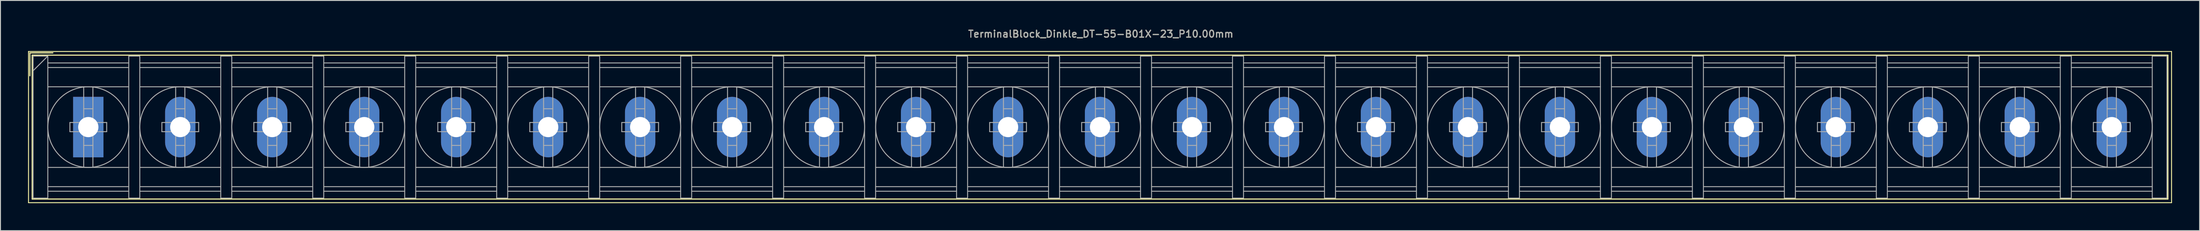
<source format=kicad_pcb>
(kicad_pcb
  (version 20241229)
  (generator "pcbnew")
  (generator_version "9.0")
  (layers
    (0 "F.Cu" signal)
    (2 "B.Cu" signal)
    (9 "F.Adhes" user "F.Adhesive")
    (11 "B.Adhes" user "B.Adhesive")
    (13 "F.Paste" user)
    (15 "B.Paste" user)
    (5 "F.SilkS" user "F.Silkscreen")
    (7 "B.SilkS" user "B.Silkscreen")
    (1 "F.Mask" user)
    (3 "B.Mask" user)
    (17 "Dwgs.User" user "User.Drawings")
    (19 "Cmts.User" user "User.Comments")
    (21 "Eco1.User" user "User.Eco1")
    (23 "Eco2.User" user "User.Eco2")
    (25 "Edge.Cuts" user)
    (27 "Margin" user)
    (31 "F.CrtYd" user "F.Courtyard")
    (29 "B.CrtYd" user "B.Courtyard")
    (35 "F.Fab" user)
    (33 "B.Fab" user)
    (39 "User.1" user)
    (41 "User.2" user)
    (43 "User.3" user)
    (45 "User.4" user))
  (footprint "TerminalBlock_Dinkle_DT-55-B01X-23_P10.00mm"
    (layer "F.Cu")
    (at 6.55 10.818)
    (property "Reference" "TerminalBlock_Dinkle_DT-55-B01X-23_P10.00mm" (at 110.08 -10.16 0) (layer "F.SilkS") (effects (font (size 0.75 0.75) (thickness 0.125))))
    (attr through_hole)
    (fp_line (start -6.5 -8.25) (end 226.5 -8.25) (stroke (width 0.1) (type solid)) (layer "F.SilkS"))
    (fp_line (start -6.5 8.25) (end -6.5 -8.25) (stroke (width 0.1) (type solid)) (layer "F.SilkS"))
    (fp_line (start -6.5 8.25) (end 226.5 8.25) (stroke (width 0.1) (type solid)) (layer "F.SilkS"))
    (fp_line (start -6.35 -8.1) (end -3.85 -8.1) (stroke (width 0.12) (type solid)) (layer "F.SilkS"))
    (fp_line (start -6.35 -5.6) (end -6.35 -8.1) (stroke (width 0.12) (type solid)) (layer "F.SilkS"))
    (fp_line (start -6.1 -7.85) (end 226.1 -7.85) (stroke (width 0.12) (type solid)) (layer "F.SilkS"))
    (fp_line (start -6.1 7.85) (end -6.1 -7.85) (stroke (width 0.12) (type solid)) (layer "F.SilkS"))
    (fp_line (start -6.1 7.85) (end 226.1 7.85) (stroke (width 0.12) (type solid)) (layer "F.SilkS"))
    (fp_line (start 226.1 -7.85) (end 226.1 7.85) (stroke (width 0.12) (type solid)) (layer "F.SilkS"))
    (fp_line (start 226.5 -8.25) (end 226.5 8.25) (stroke (width 0.1) (type solid)) (layer "F.SilkS"))
    (fp_line (start -6 -7.75) (end -6 7.75) (stroke (width 0.1) (type solid)) (layer "F.Fab"))
    (fp_line (start -6 -7.75) (end -4.4 -7.75) (stroke (width 0.1) (type solid)) (layer "F.Fab"))
    (fp_line (start -6 7.75) (end -4.4 7.75) (stroke (width 0.1) (type solid)) (layer "F.Fab"))
    (fp_line (start -4.4 -7.75) (end -6 -6.15) (stroke (width 0.1) (type solid)) (layer "F.Fab"))
    (fp_line (start -4.4 -7.75) (end -4.4 7.75) (stroke (width 0.1) (type solid)) (layer "F.Fab"))
    (fp_line (start -4.4 -7) (end 4.4 -7) (stroke (width 0.1) (type solid)) (layer "F.Fab"))
    (fp_line (start -4.4 -6.5) (end 4.4 -6.5) (stroke (width 0.1) (type solid)) (layer "F.Fab"))
    (fp_line (start -4.4 -4.4) (end 4.4 -4.4) (stroke (width 0.1) (type solid)) (layer "F.Fab"))
    (fp_line (start -4.4 4.4) (end 4.4 4.4) (stroke (width 0.1) (type solid)) (layer "F.Fab"))
    (fp_line (start -4.4 6.5) (end 4.4 6.5) (stroke (width 0.1) (type solid)) (layer "F.Fab"))
    (fp_line (start -4.4 7) (end 4.4 7) (stroke (width 0.1) (type solid)) (layer "F.Fab"))
    (fp_line (start -2 -0.5) (end -2 0.5) (stroke (width 0.1) (type solid)) (layer "F.Fab"))
    (fp_line (start -2 0.5) (end -0.5 0.5) (stroke (width 0.1) (type solid)) (layer "F.Fab"))
    (fp_line (start -0.5 -4.35) (end -0.5 -0.5) (stroke (width 0.1) (type solid)) (layer "F.Fab"))
    (fp_line (start -0.5 -2) (end 0.5 -2) (stroke (width 0.1) (type solid)) (layer "F.Fab"))
    (fp_line (start -0.5 -0.5) (end -2 -0.5) (stroke (width 0.1) (type solid)) (layer "F.Fab"))
    (fp_line (start -0.5 0.5) (end -0.5 4.35) (stroke (width 0.1) (type solid)) (layer "F.Fab"))
    (fp_line (start -0.5 2) (end 0.5 2) (stroke (width 0.1) (type solid)) (layer "F.Fab"))
    (fp_line (start 0.5 -4.35) (end 0.5 -0.5) (stroke (width 0.1) (type solid)) (layer "F.Fab"))
    (fp_line (start 0.5 -0.5) (end 2 -0.5) (stroke (width 0.1) (type solid)) (layer "F.Fab"))
    (fp_line (start 0.5 0.5) (end 0.5 4.35) (stroke (width 0.1) (type solid)) (layer "F.Fab"))
    (fp_line (start 2 -0.5) (end 2 0.5) (stroke (width 0.1) (type solid)) (layer "F.Fab"))
    (fp_line (start 2 0.5) (end 0.5 0.5) (stroke (width 0.1) (type solid)) (layer "F.Fab"))
    (fp_line (start 4.4 -7.75) (end 4.4 7.75) (stroke (width 0.1) (type solid)) (layer "F.Fab"))
    (fp_line (start 4.4 -7.75) (end 5.6 -7.75) (stroke (width 0.1) (type solid)) (layer "F.Fab"))
    (fp_line (start 4.4 7.75) (end 5.6 7.75) (stroke (width 0.1) (type solid)) (layer "F.Fab"))
    (fp_line (start 5.6 -7.75) (end 5.6 7.75) (stroke (width 0.1) (type solid)) (layer "F.Fab"))
    (fp_line (start 5.6 -7) (end 14.4 -7) (stroke (width 0.1) (type solid)) (layer "F.Fab"))
    (fp_line (start 5.6 -6.5) (end 14.4 -6.5) (stroke (width 0.1) (type solid)) (layer "F.Fab"))
    (fp_line (start 5.6 -4.4) (end 14.4 -4.4) (stroke (width 0.1) (type solid)) (layer "F.Fab"))
    (fp_line (start 5.6 4.4) (end 14.4 4.4) (stroke (width 0.1) (type solid)) (layer "F.Fab"))
    (fp_line (start 5.6 6.5) (end 14.4 6.5) (stroke (width 0.1) (type solid)) (layer "F.Fab"))
    (fp_line (start 5.6 7) (end 14.4 7) (stroke (width 0.1) (type solid)) (layer "F.Fab"))
    (fp_line (start 8 -0.5) (end 8 0.5) (stroke (width 0.1) (type solid)) (layer "F.Fab"))
    (fp_line (start 8 0.5) (end 9.5 0.5) (stroke (width 0.1) (type solid)) (layer "F.Fab"))
    (fp_line (start 9.5 -4.35) (end 9.5 -0.5) (stroke (width 0.1) (type solid)) (layer "F.Fab"))
    (fp_line (start 9.5 -2) (end 10.5 -2) (stroke (width 0.1) (type solid)) (layer "F.Fab"))
    (fp_line (start 9.5 -0.5) (end 8 -0.5) (stroke (width 0.1) (type solid)) (layer "F.Fab"))
    (fp_line (start 9.5 0.5) (end 9.5 4.35) (stroke (width 0.1) (type solid)) (layer "F.Fab"))
    (fp_line (start 9.5 2) (end 10.5 2) (stroke (width 0.1) (type solid)) (layer "F.Fab"))
    (fp_line (start 10.5 -4.35) (end 10.5 -0.5) (stroke (width 0.1) (type solid)) (layer "F.Fab"))
    (fp_line (start 10.5 -0.5) (end 12 -0.5) (stroke (width 0.1) (type solid)) (layer "F.Fab"))
    (fp_line (start 10.5 0.5) (end 10.5 4.35) (stroke (width 0.1) (type solid)) (layer "F.Fab"))
    (fp_line (start 12 -0.5) (end 12 0.5) (stroke (width 0.1) (type solid)) (layer "F.Fab"))
    (fp_line (start 12 0.5) (end 10.5 0.5) (stroke (width 0.1) (type solid)) (layer "F.Fab"))
    (fp_line (start 14.4 -7.75) (end 14.4 7.75) (stroke (width 0.1) (type solid)) (layer "F.Fab"))
    (fp_line (start 14.4 -7.75) (end 15.6 -7.75) (stroke (width 0.1) (type solid)) (layer "F.Fab"))
    (fp_line (start 14.4 7.75) (end 15.6 7.75) (stroke (width 0.1) (type solid)) (layer "F.Fab"))
    (fp_line (start 15.6 -7.75) (end 15.6 7.75) (stroke (width 0.1) (type solid)) (layer "F.Fab"))
    (fp_line (start 15.6 -7) (end 24.4 -7) (stroke (width 0.1) (type solid)) (layer "F.Fab"))
    (fp_line (start 15.6 -6.5) (end 24.4 -6.5) (stroke (width 0.1) (type solid)) (layer "F.Fab"))
    (fp_line (start 15.6 -4.4) (end 24.4 -4.4) (stroke (width 0.1) (type solid)) (layer "F.Fab"))
    (fp_line (start 15.6 4.4) (end 24.4 4.4) (stroke (width 0.1) (type solid)) (layer "F.Fab"))
    (fp_line (start 15.6 6.5) (end 24.4 6.5) (stroke (width 0.1) (type solid)) (layer "F.Fab"))
    (fp_line (start 15.6 7) (end 24.4 7) (stroke (width 0.1) (type solid)) (layer "F.Fab"))
    (fp_line (start 18 -0.5) (end 18 0.5) (stroke (width 0.1) (type solid)) (layer "F.Fab"))
    (fp_line (start 18 0.5) (end 19.5 0.5) (stroke (width 0.1) (type solid)) (layer "F.Fab"))
    (fp_line (start 19.5 -4.35) (end 19.5 -0.5) (stroke (width 0.1) (type solid)) (layer "F.Fab"))
    (fp_line (start 19.5 -2) (end 20.5 -2) (stroke (width 0.1) (type solid)) (layer "F.Fab"))
    (fp_line (start 19.5 -0.5) (end 18 -0.5) (stroke (width 0.1) (type solid)) (layer "F.Fab"))
    (fp_line (start 19.5 0.5) (end 19.5 4.35) (stroke (width 0.1) (type solid)) (layer "F.Fab"))
    (fp_line (start 19.5 2) (end 20.5 2) (stroke (width 0.1) (type solid)) (layer "F.Fab"))
    (fp_line (start 20.5 -4.35) (end 20.5 -0.5) (stroke (width 0.1) (type solid)) (layer "F.Fab"))
    (fp_line (start 20.5 -0.5) (end 22 -0.5) (stroke (width 0.1) (type solid)) (layer "F.Fab"))
    (fp_line (start 20.5 0.5) (end 20.5 4.35) (stroke (width 0.1) (type solid)) (layer "F.Fab"))
    (fp_line (start 22 -0.5) (end 22 0.5) (stroke (width 0.1) (type solid)) (layer "F.Fab"))
    (fp_line (start 22 0.5) (end 20.5 0.5) (stroke (width 0.1) (type solid)) (layer "F.Fab"))
    (fp_line (start 24.4 -7.75) (end 24.4 7.75) (stroke (width 0.1) (type solid)) (layer "F.Fab"))
    (fp_line (start 24.4 -7.75) (end 25.6 -7.75) (stroke (width 0.1) (type solid)) (layer "F.Fab"))
    (fp_line (start 24.4 7.75) (end 25.6 7.75) (stroke (width 0.1) (type solid)) (layer "F.Fab"))
    (fp_line (start 25.6 -7.75) (end 25.6 7.75) (stroke (width 0.1) (type solid)) (layer "F.Fab"))
    (fp_line (start 25.6 -7) (end 34.4 -7) (stroke (width 0.1) (type solid)) (layer "F.Fab"))
    (fp_line (start 25.6 -6.5) (end 34.4 -6.5) (stroke (width 0.1) (type solid)) (layer "F.Fab"))
    (fp_line (start 25.6 -4.4) (end 34.4 -4.4) (stroke (width 0.1) (type solid)) (layer "F.Fab"))
    (fp_line (start 25.6 4.4) (end 34.4 4.4) (stroke (width 0.1) (type solid)) (layer "F.Fab"))
    (fp_line (start 25.6 6.5) (end 34.4 6.5) (stroke (width 0.1) (type solid)) (layer "F.Fab"))
    (fp_line (start 25.6 7) (end 34.4 7) (stroke (width 0.1) (type solid)) (layer "F.Fab"))
    (fp_line (start 28 -0.5) (end 28 0.5) (stroke (width 0.1) (type solid)) (layer "F.Fab"))
    (fp_line (start 28 0.5) (end 29.5 0.5) (stroke (width 0.1) (type solid)) (layer "F.Fab"))
    (fp_line (start 29.5 -4.35) (end 29.5 -0.5) (stroke (width 0.1) (type solid)) (layer "F.Fab"))
    (fp_line (start 29.5 -2) (end 30.5 -2) (stroke (width 0.1) (type solid)) (layer "F.Fab"))
    (fp_line (start 29.5 -0.5) (end 28 -0.5) (stroke (width 0.1) (type solid)) (layer "F.Fab"))
    (fp_line (start 29.5 0.5) (end 29.5 4.35) (stroke (width 0.1) (type solid)) (layer "F.Fab"))
    (fp_line (start 29.5 2) (end 30.5 2) (stroke (width 0.1) (type solid)) (layer "F.Fab"))
    (fp_line (start 30.5 -4.35) (end 30.5 -0.5) (stroke (width 0.1) (type solid)) (layer "F.Fab"))
    (fp_line (start 30.5 -0.5) (end 32 -0.5) (stroke (width 0.1) (type solid)) (layer "F.Fab"))
    (fp_line (start 30.5 0.5) (end 30.5 4.35) (stroke (width 0.1) (type solid)) (layer "F.Fab"))
    (fp_line (start 32 -0.5) (end 32 0.5) (stroke (width 0.1) (type solid)) (layer "F.Fab"))
    (fp_line (start 32 0.5) (end 30.5 0.5) (stroke (width 0.1) (type solid)) (layer "F.Fab"))
    (fp_line (start 34.4 -7.75) (end 34.4 7.75) (stroke (width 0.1) (type solid)) (layer "F.Fab"))
    (fp_line (start 34.4 -7.75) (end 35.6 -7.75) (stroke (width 0.1) (type solid)) (layer "F.Fab"))
    (fp_line (start 34.4 7.75) (end 35.6 7.75) (stroke (width 0.1) (type solid)) (layer "F.Fab"))
    (fp_line (start 35.6 -7.75) (end 35.6 7.75) (stroke (width 0.1) (type solid)) (layer "F.Fab"))
    (fp_line (start 35.6 -7) (end 44.4 -7) (stroke (width 0.1) (type solid)) (layer "F.Fab"))
    (fp_line (start 35.6 -6.5) (end 44.4 -6.5) (stroke (width 0.1) (type solid)) (layer "F.Fab"))
    (fp_line (start 35.6 -4.4) (end 44.4 -4.4) (stroke (width 0.1) (type solid)) (layer "F.Fab"))
    (fp_line (start 35.6 4.4) (end 44.4 4.4) (stroke (width 0.1) (type solid)) (layer "F.Fab"))
    (fp_line (start 35.6 6.5) (end 44.4 6.5) (stroke (width 0.1) (type solid)) (layer "F.Fab"))
    (fp_line (start 35.6 7) (end 44.4 7) (stroke (width 0.1) (type solid)) (layer "F.Fab"))
    (fp_line (start 38 -0.5) (end 38 0.5) (stroke (width 0.1) (type solid)) (layer "F.Fab"))
    (fp_line (start 38 0.5) (end 39.5 0.5) (stroke (width 0.1) (type solid)) (layer "F.Fab"))
    (fp_line (start 39.5 -4.35) (end 39.5 -0.5) (stroke (width 0.1) (type solid)) (layer "F.Fab"))
    (fp_line (start 39.5 -2) (end 40.5 -2) (stroke (width 0.1) (type solid)) (layer "F.Fab"))
    (fp_line (start 39.5 -0.5) (end 38 -0.5) (stroke (width 0.1) (type solid)) (layer "F.Fab"))
    (fp_line (start 39.5 0.5) (end 39.5 4.35) (stroke (width 0.1) (type solid)) (layer "F.Fab"))
    (fp_line (start 39.5 2) (end 40.5 2) (stroke (width 0.1) (type solid)) (layer "F.Fab"))
    (fp_line (start 40.5 -4.35) (end 40.5 -0.5) (stroke (width 0.1) (type solid)) (layer "F.Fab"))
    (fp_line (start 40.5 -0.5) (end 42 -0.5) (stroke (width 0.1) (type solid)) (layer "F.Fab"))
    (fp_line (start 40.5 0.5) (end 40.5 4.35) (stroke (width 0.1) (type solid)) (layer "F.Fab"))
    (fp_line (start 42 -0.5) (end 42 0.5) (stroke (width 0.1) (type solid)) (layer "F.Fab"))
    (fp_line (start 42 0.5) (end 40.5 0.5) (stroke (width 0.1) (type solid)) (layer "F.Fab"))
    (fp_line (start 44.4 -7.75) (end 44.4 7.75) (stroke (width 0.1) (type solid)) (layer "F.Fab"))
    (fp_line (start 44.4 -7.75) (end 45.6 -7.75) (stroke (width 0.1) (type solid)) (layer "F.Fab"))
    (fp_line (start 44.4 7.75) (end 45.6 7.75) (stroke (width 0.1) (type solid)) (layer "F.Fab"))
    (fp_line (start 45.6 -7.75) (end 45.6 7.75) (stroke (width 0.1) (type solid)) (layer "F.Fab"))
    (fp_line (start 45.6 -7) (end 54.4 -7) (stroke (width 0.1) (type solid)) (layer "F.Fab"))
    (fp_line (start 45.6 -6.5) (end 54.4 -6.5) (stroke (width 0.1) (type solid)) (layer "F.Fab"))
    (fp_line (start 45.6 -4.4) (end 54.4 -4.4) (stroke (width 0.1) (type solid)) (layer "F.Fab"))
    (fp_line (start 45.6 4.4) (end 54.4 4.4) (stroke (width 0.1) (type solid)) (layer "F.Fab"))
    (fp_line (start 45.6 6.5) (end 54.4 6.5) (stroke (width 0.1) (type solid)) (layer "F.Fab"))
    (fp_line (start 45.6 7) (end 54.4 7) (stroke (width 0.1) (type solid)) (layer "F.Fab"))
    (fp_line (start 48 -0.5) (end 48 0.5) (stroke (width 0.1) (type solid)) (layer "F.Fab"))
    (fp_line (start 48 0.5) (end 49.5 0.5) (stroke (width 0.1) (type solid)) (layer "F.Fab"))
    (fp_line (start 49.5 -4.35) (end 49.5 -0.5) (stroke (width 0.1) (type solid)) (layer "F.Fab"))
    (fp_line (start 49.5 -2) (end 50.5 -2) (stroke (width 0.1) (type solid)) (layer "F.Fab"))
    (fp_line (start 49.5 -0.5) (end 48 -0.5) (stroke (width 0.1) (type solid)) (layer "F.Fab"))
    (fp_line (start 49.5 0.5) (end 49.5 4.35) (stroke (width 0.1) (type solid)) (layer "F.Fab"))
    (fp_line (start 49.5 2) (end 50.5 2) (stroke (width 0.1) (type solid)) (layer "F.Fab"))
    (fp_line (start 50.5 -4.35) (end 50.5 -0.5) (stroke (width 0.1) (type solid)) (layer "F.Fab"))
    (fp_line (start 50.5 -0.5) (end 52 -0.5) (stroke (width 0.1) (type solid)) (layer "F.Fab"))
    (fp_line (start 50.5 0.5) (end 50.5 4.35) (stroke (width 0.1) (type solid)) (layer "F.Fab"))
    (fp_line (start 52 -0.5) (end 52 0.5) (stroke (width 0.1) (type solid)) (layer "F.Fab"))
    (fp_line (start 52 0.5) (end 50.5 0.5) (stroke (width 0.1) (type solid)) (layer "F.Fab"))
    (fp_line (start 54.4 -7.75) (end 54.4 7.75) (stroke (width 0.1) (type solid)) (layer "F.Fab"))
    (fp_line (start 54.4 -7.75) (end 55.6 -7.75) (stroke (width 0.1) (type solid)) (layer "F.Fab"))
    (fp_line (start 54.4 7.75) (end 55.6 7.75) (stroke (width 0.1) (type solid)) (layer "F.Fab"))
    (fp_line (start 55.6 -7.75) (end 55.6 7.75) (stroke (width 0.1) (type solid)) (layer "F.Fab"))
    (fp_line (start 55.6 -7) (end 64.4 -7) (stroke (width 0.1) (type solid)) (layer "F.Fab"))
    (fp_line (start 55.6 -6.5) (end 64.4 -6.5) (stroke (width 0.1) (type solid)) (layer "F.Fab"))
    (fp_line (start 55.6 -4.4) (end 64.4 -4.4) (stroke (width 0.1) (type solid)) (layer "F.Fab"))
    (fp_line (start 55.6 4.4) (end 64.4 4.4) (stroke (width 0.1) (type solid)) (layer "F.Fab"))
    (fp_line (start 55.6 6.5) (end 64.4 6.5) (stroke (width 0.1) (type solid)) (layer "F.Fab"))
    (fp_line (start 55.6 7) (end 64.4 7) (stroke (width 0.1) (type solid)) (layer "F.Fab"))
    (fp_line (start 58 -0.5) (end 58 0.5) (stroke (width 0.1) (type solid)) (layer "F.Fab"))
    (fp_line (start 58 0.5) (end 59.5 0.5) (stroke (width 0.1) (type solid)) (layer "F.Fab"))
    (fp_line (start 59.5 -4.35) (end 59.5 -0.5) (stroke (width 0.1) (type solid)) (layer "F.Fab"))
    (fp_line (start 59.5 -2) (end 60.5 -2) (stroke (width 0.1) (type solid)) (layer "F.Fab"))
    (fp_line (start 59.5 -0.5) (end 58 -0.5) (stroke (width 0.1) (type solid)) (layer "F.Fab"))
    (fp_line (start 59.5 0.5) (end 59.5 4.35) (stroke (width 0.1) (type solid)) (layer "F.Fab"))
    (fp_line (start 59.5 2) (end 60.5 2) (stroke (width 0.1) (type solid)) (layer "F.Fab"))
    (fp_line (start 60.5 -4.35) (end 60.5 -0.5) (stroke (width 0.1) (type solid)) (layer "F.Fab"))
    (fp_line (start 60.5 -0.5) (end 62 -0.5) (stroke (width 0.1) (type solid)) (layer "F.Fab"))
    (fp_line (start 60.5 0.5) (end 60.5 4.35) (stroke (width 0.1) (type solid)) (layer "F.Fab"))
    (fp_line (start 62 -0.5) (end 62 0.5) (stroke (width 0.1) (type solid)) (layer "F.Fab"))
    (fp_line (start 62 0.5) (end 60.5 0.5) (stroke (width 0.1) (type solid)) (layer "F.Fab"))
    (fp_line (start 64.4 -7.75) (end 64.4 7.75) (stroke (width 0.1) (type solid)) (layer "F.Fab"))
    (fp_line (start 64.4 -7.75) (end 65.6 -7.75) (stroke (width 0.1) (type solid)) (layer "F.Fab"))
    (fp_line (start 64.4 7.75) (end 65.6 7.75) (stroke (width 0.1) (type solid)) (layer "F.Fab"))
    (fp_line (start 65.6 -7.75) (end 65.6 7.75) (stroke (width 0.1) (type solid)) (layer "F.Fab"))
    (fp_line (start 65.6 -7) (end 74.4 -7) (stroke (width 0.1) (type solid)) (layer "F.Fab"))
    (fp_line (start 65.6 -6.5) (end 74.4 -6.5) (stroke (width 0.1) (type solid)) (layer "F.Fab"))
    (fp_line (start 65.6 -4.4) (end 74.4 -4.4) (stroke (width 0.1) (type solid)) (layer "F.Fab"))
    (fp_line (start 65.6 4.4) (end 74.4 4.4) (stroke (width 0.1) (type solid)) (layer "F.Fab"))
    (fp_line (start 65.6 6.5) (end 74.4 6.5) (stroke (width 0.1) (type solid)) (layer "F.Fab"))
    (fp_line (start 65.6 7) (end 74.4 7) (stroke (width 0.1) (type solid)) (layer "F.Fab"))
    (fp_line (start 68 -0.5) (end 68 0.5) (stroke (width 0.1) (type solid)) (layer "F.Fab"))
    (fp_line (start 68 0.5) (end 69.5 0.5) (stroke (width 0.1) (type solid)) (layer "F.Fab"))
    (fp_line (start 69.5 -4.35) (end 69.5 -0.5) (stroke (width 0.1) (type solid)) (layer "F.Fab"))
    (fp_line (start 69.5 -2) (end 70.5 -2) (stroke (width 0.1) (type solid)) (layer "F.Fab"))
    (fp_line (start 69.5 -0.5) (end 68 -0.5) (stroke (width 0.1) (type solid)) (layer "F.Fab"))
    (fp_line (start 69.5 0.5) (end 69.5 4.35) (stroke (width 0.1) (type solid)) (layer "F.Fab"))
    (fp_line (start 69.5 2) (end 70.5 2) (stroke (width 0.1) (type solid)) (layer "F.Fab"))
    (fp_line (start 70.5 -4.35) (end 70.5 -0.5) (stroke (width 0.1) (type solid)) (layer "F.Fab"))
    (fp_line (start 70.5 -0.5) (end 72 -0.5) (stroke (width 0.1) (type solid)) (layer "F.Fab"))
    (fp_line (start 70.5 0.5) (end 70.5 4.35) (stroke (width 0.1) (type solid)) (layer "F.Fab"))
    (fp_line (start 72 -0.5) (end 72 0.5) (stroke (width 0.1) (type solid)) (layer "F.Fab"))
    (fp_line (start 72 0.5) (end 70.5 0.5) (stroke (width 0.1) (type solid)) (layer "F.Fab"))
    (fp_line (start 74.4 -7.75) (end 74.4 7.75) (stroke (width 0.1) (type solid)) (layer "F.Fab"))
    (fp_line (start 74.4 -7.75) (end 75.6 -7.75) (stroke (width 0.1) (type solid)) (layer "F.Fab"))
    (fp_line (start 74.4 7.75) (end 75.6 7.75) (stroke (width 0.1) (type solid)) (layer "F.Fab"))
    (fp_line (start 75.6 -7.75) (end 75.6 7.75) (stroke (width 0.1) (type solid)) (layer "F.Fab"))
    (fp_line (start 75.6 -7) (end 84.4 -7) (stroke (width 0.1) (type solid)) (layer "F.Fab"))
    (fp_line (start 75.6 -6.5) (end 84.4 -6.5) (stroke (width 0.1) (type solid)) (layer "F.Fab"))
    (fp_line (start 75.6 -4.4) (end 84.4 -4.4) (stroke (width 0.1) (type solid)) (layer "F.Fab"))
    (fp_line (start 75.6 4.4) (end 84.4 4.4) (stroke (width 0.1) (type solid)) (layer "F.Fab"))
    (fp_line (start 75.6 6.5) (end 84.4 6.5) (stroke (width 0.1) (type solid)) (layer "F.Fab"))
    (fp_line (start 75.6 7) (end 84.4 7) (stroke (width 0.1) (type solid)) (layer "F.Fab"))
    (fp_line (start 78 -0.5) (end 78 0.5) (stroke (width 0.1) (type solid)) (layer "F.Fab"))
    (fp_line (start 78 0.5) (end 79.5 0.5) (stroke (width 0.1) (type solid)) (layer "F.Fab"))
    (fp_line (start 79.5 -4.35) (end 79.5 -0.5) (stroke (width 0.1) (type solid)) (layer "F.Fab"))
    (fp_line (start 79.5 -2) (end 80.5 -2) (stroke (width 0.1) (type solid)) (layer "F.Fab"))
    (fp_line (start 79.5 -0.5) (end 78 -0.5) (stroke (width 0.1) (type solid)) (layer "F.Fab"))
    (fp_line (start 79.5 0.5) (end 79.5 4.35) (stroke (width 0.1) (type solid)) (layer "F.Fab"))
    (fp_line (start 79.5 2) (end 80.5 2) (stroke (width 0.1) (type solid)) (layer "F.Fab"))
    (fp_line (start 80.5 -4.35) (end 80.5 -0.5) (stroke (width 0.1) (type solid)) (layer "F.Fab"))
    (fp_line (start 80.5 -0.5) (end 82 -0.5) (stroke (width 0.1) (type solid)) (layer "F.Fab"))
    (fp_line (start 80.5 0.5) (end 80.5 4.35) (stroke (width 0.1) (type solid)) (layer "F.Fab"))
    (fp_line (start 82 -0.5) (end 82 0.5) (stroke (width 0.1) (type solid)) (layer "F.Fab"))
    (fp_line (start 82 0.5) (end 80.5 0.5) (stroke (width 0.1) (type solid)) (layer "F.Fab"))
    (fp_line (start 84.4 -7.75) (end 84.4 7.75) (stroke (width 0.1) (type solid)) (layer "F.Fab"))
    (fp_line (start 84.4 -7.75) (end 85.6 -7.75) (stroke (width 0.1) (type solid)) (layer "F.Fab"))
    (fp_line (start 84.4 7.75) (end 85.6 7.75) (stroke (width 0.1) (type solid)) (layer "F.Fab"))
    (fp_line (start 85.6 -7.75) (end 85.6 7.75) (stroke (width 0.1) (type solid)) (layer "F.Fab"))
    (fp_line (start 85.6 -7) (end 94.4 -7) (stroke (width 0.1) (type solid)) (layer "F.Fab"))
    (fp_line (start 85.6 -6.5) (end 94.4 -6.5) (stroke (width 0.1) (type solid)) (layer "F.Fab"))
    (fp_line (start 85.6 -4.4) (end 94.4 -4.4) (stroke (width 0.1) (type solid)) (layer "F.Fab"))
    (fp_line (start 85.6 4.4) (end 94.4 4.4) (stroke (width 0.1) (type solid)) (layer "F.Fab"))
    (fp_line (start 85.6 6.5) (end 94.4 6.5) (stroke (width 0.1) (type solid)) (layer "F.Fab"))
    (fp_line (start 85.6 7) (end 94.4 7) (stroke (width 0.1) (type solid)) (layer "F.Fab"))
    (fp_line (start 88 -0.5) (end 88 0.5) (stroke (width 0.1) (type solid)) (layer "F.Fab"))
    (fp_line (start 88 0.5) (end 89.5 0.5) (stroke (width 0.1) (type solid)) (layer "F.Fab"))
    (fp_line (start 89.5 -4.35) (end 89.5 -0.5) (stroke (width 0.1) (type solid)) (layer "F.Fab"))
    (fp_line (start 89.5 -2) (end 90.5 -2) (stroke (width 0.1) (type solid)) (layer "F.Fab"))
    (fp_line (start 89.5 -0.5) (end 88 -0.5) (stroke (width 0.1) (type solid)) (layer "F.Fab"))
    (fp_line (start 89.5 0.5) (end 89.5 4.35) (stroke (width 0.1) (type solid)) (layer "F.Fab"))
    (fp_line (start 89.5 2) (end 90.5 2) (stroke (width 0.1) (type solid)) (layer "F.Fab"))
    (fp_line (start 90.5 -4.35) (end 90.5 -0.5) (stroke (width 0.1) (type solid)) (layer "F.Fab"))
    (fp_line (start 90.5 -0.5) (end 92 -0.5) (stroke (width 0.1) (type solid)) (layer "F.Fab"))
    (fp_line (start 90.5 0.5) (end 90.5 4.35) (stroke (width 0.1) (type solid)) (layer "F.Fab"))
    (fp_line (start 92 -0.5) (end 92 0.5) (stroke (width 0.1) (type solid)) (layer "F.Fab"))
    (fp_line (start 92 0.5) (end 90.5 0.5) (stroke (width 0.1) (type solid)) (layer "F.Fab"))
    (fp_line (start 94.4 -7.75) (end 94.4 7.75) (stroke (width 0.1) (type solid)) (layer "F.Fab"))
    (fp_line (start 94.4 -7.75) (end 95.6 -7.75) (stroke (width 0.1) (type solid)) (layer "F.Fab"))
    (fp_line (start 94.4 7.75) (end 95.6 7.75) (stroke (width 0.1) (type solid)) (layer "F.Fab"))
    (fp_line (start 95.6 -7.75) (end 95.6 7.75) (stroke (width 0.1) (type solid)) (layer "F.Fab"))
    (fp_line (start 95.6 -7) (end 104.4 -7) (stroke (width 0.1) (type solid)) (layer "F.Fab"))
    (fp_line (start 95.6 -6.5) (end 104.4 -6.5) (stroke (width 0.1) (type solid)) (layer "F.Fab"))
    (fp_line (start 95.6 -4.4) (end 104.4 -4.4) (stroke (width 0.1) (type solid)) (layer "F.Fab"))
    (fp_line (start 95.6 4.4) (end 104.4 4.4) (stroke (width 0.1) (type solid)) (layer "F.Fab"))
    (fp_line (start 95.6 6.5) (end 104.4 6.5) (stroke (width 0.1) (type solid)) (layer "F.Fab"))
    (fp_line (start 95.6 7) (end 104.4 7) (stroke (width 0.1) (type solid)) (layer "F.Fab"))
    (fp_line (start 98 -0.5) (end 98 0.5) (stroke (width 0.1) (type solid)) (layer "F.Fab"))
    (fp_line (start 98 0.5) (end 99.5 0.5) (stroke (width 0.1) (type solid)) (layer "F.Fab"))
    (fp_line (start 99.5 -4.35) (end 99.5 -0.5) (stroke (width 0.1) (type solid)) (layer "F.Fab"))
    (fp_line (start 99.5 -2) (end 100.5 -2) (stroke (width 0.1) (type solid)) (layer "F.Fab"))
    (fp_line (start 99.5 -0.5) (end 98 -0.5) (stroke (width 0.1) (type solid)) (layer "F.Fab"))
    (fp_line (start 99.5 0.5) (end 99.5 4.35) (stroke (width 0.1) (type solid)) (layer "F.Fab"))
    (fp_line (start 99.5 2) (end 100.5 2) (stroke (width 0.1) (type solid)) (layer "F.Fab"))
    (fp_line (start 100.5 -4.35) (end 100.5 -0.5) (stroke (width 0.1) (type solid)) (layer "F.Fab"))
    (fp_line (start 100.5 -0.5) (end 102 -0.5) (stroke (width 0.1) (type solid)) (layer "F.Fab"))
    (fp_line (start 100.5 0.5) (end 100.5 4.35) (stroke (width 0.1) (type solid)) (layer "F.Fab"))
    (fp_line (start 102 -0.5) (end 102 0.5) (stroke (width 0.1) (type solid)) (layer "F.Fab"))
    (fp_line (start 102 0.5) (end 100.5 0.5) (stroke (width 0.1) (type solid)) (layer "F.Fab"))
    (fp_line (start 104.4 -7.75) (end 104.4 7.75) (stroke (width 0.1) (type solid)) (layer "F.Fab"))
    (fp_line (start 104.4 -7.75) (end 105.6 -7.75) (stroke (width 0.1) (type solid)) (layer "F.Fab"))
    (fp_line (start 104.4 7.75) (end 105.6 7.75) (stroke (width 0.1) (type solid)) (layer "F.Fab"))
    (fp_line (start 105.6 -7.75) (end 105.6 7.75) (stroke (width 0.1) (type solid)) (layer "F.Fab"))
    (fp_line (start 105.6 -7) (end 114.4 -7) (stroke (width 0.1) (type solid)) (layer "F.Fab"))
    (fp_line (start 105.6 -6.5) (end 114.4 -6.5) (stroke (width 0.1) (type solid)) (layer "F.Fab"))
    (fp_line (start 105.6 -4.4) (end 114.4 -4.4) (stroke (width 0.1) (type solid)) (layer "F.Fab"))
    (fp_line (start 105.6 4.4) (end 114.4 4.4) (stroke (width 0.1) (type solid)) (layer "F.Fab"))
    (fp_line (start 105.6 6.5) (end 114.4 6.5) (stroke (width 0.1) (type solid)) (layer "F.Fab"))
    (fp_line (start 105.6 7) (end 114.4 7) (stroke (width 0.1) (type solid)) (layer "F.Fab"))
    (fp_line (start 108 -0.5) (end 108 0.5) (stroke (width 0.1) (type solid)) (layer "F.Fab"))
    (fp_line (start 108 0.5) (end 109.5 0.5) (stroke (width 0.1) (type solid)) (layer "F.Fab"))
    (fp_line (start 109.5 -4.35) (end 109.5 -0.5) (stroke (width 0.1) (type solid)) (layer "F.Fab"))
    (fp_line (start 109.5 -2) (end 110.5 -2) (stroke (width 0.1) (type solid)) (layer "F.Fab"))
    (fp_line (start 109.5 -0.5) (end 108 -0.5) (stroke (width 0.1) (type solid)) (layer "F.Fab"))
    (fp_line (start 109.5 0.5) (end 109.5 4.35) (stroke (width 0.1) (type solid)) (layer "F.Fab"))
    (fp_line (start 109.5 2) (end 110.5 2) (stroke (width 0.1) (type solid)) (layer "F.Fab"))
    (fp_line (start 110.5 -4.35) (end 110.5 -0.5) (stroke (width 0.1) (type solid)) (layer "F.Fab"))
    (fp_line (start 110.5 -0.5) (end 112 -0.5) (stroke (width 0.1) (type solid)) (layer "F.Fab"))
    (fp_line (start 110.5 0.5) (end 110.5 4.35) (stroke (width 0.1) (type solid)) (layer "F.Fab"))
    (fp_line (start 112 -0.5) (end 112 0.5) (stroke (width 0.1) (type solid)) (layer "F.Fab"))
    (fp_line (start 112 0.5) (end 110.5 0.5) (stroke (width 0.1) (type solid)) (layer "F.Fab"))
    (fp_line (start 114.4 -7.75) (end 114.4 7.75) (stroke (width 0.1) (type solid)) (layer "F.Fab"))
    (fp_line (start 114.4 -7.75) (end 115.6 -7.75) (stroke (width 0.1) (type solid)) (layer "F.Fab"))
    (fp_line (start 114.4 7.75) (end 115.6 7.75) (stroke (width 0.1) (type solid)) (layer "F.Fab"))
    (fp_line (start 115.6 -7.75) (end 115.6 7.75) (stroke (width 0.1) (type solid)) (layer "F.Fab"))
    (fp_line (start 115.6 -7) (end 124.4 -7) (stroke (width 0.1) (type solid)) (layer "F.Fab"))
    (fp_line (start 115.6 -6.5) (end 124.4 -6.5) (stroke (width 0.1) (type solid)) (layer "F.Fab"))
    (fp_line (start 115.6 -4.4) (end 124.4 -4.4) (stroke (width 0.1) (type solid)) (layer "F.Fab"))
    (fp_line (start 115.6 4.4) (end 124.4 4.4) (stroke (width 0.1) (type solid)) (layer "F.Fab"))
    (fp_line (start 115.6 6.5) (end 124.4 6.5) (stroke (width 0.1) (type solid)) (layer "F.Fab"))
    (fp_line (start 115.6 7) (end 124.4 7) (stroke (width 0.1) (type solid)) (layer "F.Fab"))
    (fp_line (start 118 -0.5) (end 118 0.5) (stroke (width 0.1) (type solid)) (layer "F.Fab"))
    (fp_line (start 118 0.5) (end 119.5 0.5) (stroke (width 0.1) (type solid)) (layer "F.Fab"))
    (fp_line (start 119.5 -4.35) (end 119.5 -0.5) (stroke (width 0.1) (type solid)) (layer "F.Fab"))
    (fp_line (start 119.5 -2) (end 120.5 -2) (stroke (width 0.1) (type solid)) (layer "F.Fab"))
    (fp_line (start 119.5 -0.5) (end 118 -0.5) (stroke (width 0.1) (type solid)) (layer "F.Fab"))
    (fp_line (start 119.5 0.5) (end 119.5 4.35) (stroke (width 0.1) (type solid)) (layer "F.Fab"))
    (fp_line (start 119.5 2) (end 120.5 2) (stroke (width 0.1) (type solid)) (layer "F.Fab"))
    (fp_line (start 120.5 -4.35) (end 120.5 -0.5) (stroke (width 0.1) (type solid)) (layer "F.Fab"))
    (fp_line (start 120.5 -0.5) (end 122 -0.5) (stroke (width 0.1) (type solid)) (layer "F.Fab"))
    (fp_line (start 120.5 0.5) (end 120.5 4.35) (stroke (width 0.1) (type solid)) (layer "F.Fab"))
    (fp_line (start 122 -0.5) (end 122 0.5) (stroke (width 0.1) (type solid)) (layer "F.Fab"))
    (fp_line (start 122 0.5) (end 120.5 0.5) (stroke (width 0.1) (type solid)) (layer "F.Fab"))
    (fp_line (start 124.4 -7.75) (end 124.4 7.75) (stroke (width 0.1) (type solid)) (layer "F.Fab"))
    (fp_line (start 124.4 -7.75) (end 125.6 -7.75) (stroke (width 0.1) (type solid)) (layer "F.Fab"))
    (fp_line (start 124.4 7.75) (end 125.6 7.75) (stroke (width 0.1) (type solid)) (layer "F.Fab"))
    (fp_line (start 125.6 -7.75) (end 125.6 7.75) (stroke (width 0.1) (type solid)) (layer "F.Fab"))
    (fp_line (start 125.6 -7) (end 134.4 -7) (stroke (width 0.1) (type solid)) (layer "F.Fab"))
    (fp_line (start 125.6 -6.5) (end 134.4 -6.5) (stroke (width 0.1) (type solid)) (layer "F.Fab"))
    (fp_line (start 125.6 -4.4) (end 134.4 -4.4) (stroke (width 0.1) (type solid)) (layer "F.Fab"))
    (fp_line (start 125.6 4.4) (end 134.4 4.4) (stroke (width 0.1) (type solid)) (layer "F.Fab"))
    (fp_line (start 125.6 6.5) (end 134.4 6.5) (stroke (width 0.1) (type solid)) (layer "F.Fab"))
    (fp_line (start 125.6 7) (end 134.4 7) (stroke (width 0.1) (type solid)) (layer "F.Fab"))
    (fp_line (start 128 -0.5) (end 128 0.5) (stroke (width 0.1) (type solid)) (layer "F.Fab"))
    (fp_line (start 128 0.5) (end 129.5 0.5) (stroke (width 0.1) (type solid)) (layer "F.Fab"))
    (fp_line (start 129.5 -4.35) (end 129.5 -0.5) (stroke (width 0.1) (type solid)) (layer "F.Fab"))
    (fp_line (start 129.5 -2) (end 130.5 -2) (stroke (width 0.1) (type solid)) (layer "F.Fab"))
    (fp_line (start 129.5 -0.5) (end 128 -0.5) (stroke (width 0.1) (type solid)) (layer "F.Fab"))
    (fp_line (start 129.5 0.5) (end 129.5 4.35) (stroke (width 0.1) (type solid)) (layer "F.Fab"))
    (fp_line (start 129.5 2) (end 130.5 2) (stroke (width 0.1) (type solid)) (layer "F.Fab"))
    (fp_line (start 130.5 -4.35) (end 130.5 -0.5) (stroke (width 0.1) (type solid)) (layer "F.Fab"))
    (fp_line (start 130.5 -0.5) (end 132 -0.5) (stroke (width 0.1) (type solid)) (layer "F.Fab"))
    (fp_line (start 130.5 0.5) (end 130.5 4.35) (stroke (width 0.1) (type solid)) (layer "F.Fab"))
    (fp_line (start 132 -0.5) (end 132 0.5) (stroke (width 0.1) (type solid)) (layer "F.Fab"))
    (fp_line (start 132 0.5) (end 130.5 0.5) (stroke (width 0.1) (type solid)) (layer "F.Fab"))
    (fp_line (start 134.4 -7.75) (end 134.4 7.75) (stroke (width 0.1) (type solid)) (layer "F.Fab"))
    (fp_line (start 134.4 -7.75) (end 135.6 -7.75) (stroke (width 0.1) (type solid)) (layer "F.Fab"))
    (fp_line (start 134.4 7.75) (end 135.6 7.75) (stroke (width 0.1) (type solid)) (layer "F.Fab"))
    (fp_line (start 135.6 -7.75) (end 135.6 7.75) (stroke (width 0.1) (type solid)) (layer "F.Fab"))
    (fp_line (start 135.6 -7) (end 144.4 -7) (stroke (width 0.1) (type solid)) (layer "F.Fab"))
    (fp_line (start 135.6 -6.5) (end 144.4 -6.5) (stroke (width 0.1) (type solid)) (layer "F.Fab"))
    (fp_line (start 135.6 -4.4) (end 144.4 -4.4) (stroke (width 0.1) (type solid)) (layer "F.Fab"))
    (fp_line (start 135.6 4.4) (end 144.4 4.4) (stroke (width 0.1) (type solid)) (layer "F.Fab"))
    (fp_line (start 135.6 6.5) (end 144.4 6.5) (stroke (width 0.1) (type solid)) (layer "F.Fab"))
    (fp_line (start 135.6 7) (end 144.4 7) (stroke (width 0.1) (type solid)) (layer "F.Fab"))
    (fp_line (start 138 -0.5) (end 138 0.5) (stroke (width 0.1) (type solid)) (layer "F.Fab"))
    (fp_line (start 138 0.5) (end 139.5 0.5) (stroke (width 0.1) (type solid)) (layer "F.Fab"))
    (fp_line (start 139.5 -4.35) (end 139.5 -0.5) (stroke (width 0.1) (type solid)) (layer "F.Fab"))
    (fp_line (start 139.5 -2) (end 140.5 -2) (stroke (width 0.1) (type solid)) (layer "F.Fab"))
    (fp_line (start 139.5 -0.5) (end 138 -0.5) (stroke (width 0.1) (type solid)) (layer "F.Fab"))
    (fp_line (start 139.5 0.5) (end 139.5 4.35) (stroke (width 0.1) (type solid)) (layer "F.Fab"))
    (fp_line (start 139.5 2) (end 140.5 2) (stroke (width 0.1) (type solid)) (layer "F.Fab"))
    (fp_line (start 140.5 -4.35) (end 140.5 -0.5) (stroke (width 0.1) (type solid)) (layer "F.Fab"))
    (fp_line (start 140.5 -0.5) (end 142 -0.5) (stroke (width 0.1) (type solid)) (layer "F.Fab"))
    (fp_line (start 140.5 0.5) (end 140.5 4.35) (stroke (width 0.1) (type solid)) (layer "F.Fab"))
    (fp_line (start 142 -0.5) (end 142 0.5) (stroke (width 0.1) (type solid)) (layer "F.Fab"))
    (fp_line (start 142 0.5) (end 140.5 0.5) (stroke (width 0.1) (type solid)) (layer "F.Fab"))
    (fp_line (start 144.4 -7.75) (end 144.4 7.75) (stroke (width 0.1) (type solid)) (layer "F.Fab"))
    (fp_line (start 144.4 -7.75) (end 145.6 -7.75) (stroke (width 0.1) (type solid)) (layer "F.Fab"))
    (fp_line (start 144.4 7.75) (end 145.6 7.75) (stroke (width 0.1) (type solid)) (layer "F.Fab"))
    (fp_line (start 145.6 -7.75) (end 145.6 7.75) (stroke (width 0.1) (type solid)) (layer "F.Fab"))
    (fp_line (start 145.6 -7) (end 154.4 -7) (stroke (width 0.1) (type solid)) (layer "F.Fab"))
    (fp_line (start 145.6 -6.5) (end 154.4 -6.5) (stroke (width 0.1) (type solid)) (layer "F.Fab"))
    (fp_line (start 145.6 -4.4) (end 154.4 -4.4) (stroke (width 0.1) (type solid)) (layer "F.Fab"))
    (fp_line (start 145.6 4.4) (end 154.4 4.4) (stroke (width 0.1) (type solid)) (layer "F.Fab"))
    (fp_line (start 145.6 6.5) (end 154.4 6.5) (stroke (width 0.1) (type solid)) (layer "F.Fab"))
    (fp_line (start 145.6 7) (end 154.4 7) (stroke (width 0.1) (type solid)) (layer "F.Fab"))
    (fp_line (start 148 -0.5) (end 148 0.5) (stroke (width 0.1) (type solid)) (layer "F.Fab"))
    (fp_line (start 148 0.5) (end 149.5 0.5) (stroke (width 0.1) (type solid)) (layer "F.Fab"))
    (fp_line (start 149.5 -4.35) (end 149.5 -0.5) (stroke (width 0.1) (type solid)) (layer "F.Fab"))
    (fp_line (start 149.5 -2) (end 150.5 -2) (stroke (width 0.1) (type solid)) (layer "F.Fab"))
    (fp_line (start 149.5 -0.5) (end 148 -0.5) (stroke (width 0.1) (type solid)) (layer "F.Fab"))
    (fp_line (start 149.5 0.5) (end 149.5 4.35) (stroke (width 0.1) (type solid)) (layer "F.Fab"))
    (fp_line (start 149.5 2) (end 150.5 2) (stroke (width 0.1) (type solid)) (layer "F.Fab"))
    (fp_line (start 150.5 -4.35) (end 150.5 -0.5) (stroke (width 0.1) (type solid)) (layer "F.Fab"))
    (fp_line (start 150.5 -0.5) (end 152 -0.5) (stroke (width 0.1) (type solid)) (layer "F.Fab"))
    (fp_line (start 150.5 0.5) (end 150.5 4.35) (stroke (width 0.1) (type solid)) (layer "F.Fab"))
    (fp_line (start 152 -0.5) (end 152 0.5) (stroke (width 0.1) (type solid)) (layer "F.Fab"))
    (fp_line (start 152 0.5) (end 150.5 0.5) (stroke (width 0.1) (type solid)) (layer "F.Fab"))
    (fp_line (start 154.4 -7.75) (end 154.4 7.75) (stroke (width 0.1) (type solid)) (layer "F.Fab"))
    (fp_line (start 154.4 -7.75) (end 155.6 -7.75) (stroke (width 0.1) (type solid)) (layer "F.Fab"))
    (fp_line (start 154.4 7.75) (end 155.6 7.75) (stroke (width 0.1) (type solid)) (layer "F.Fab"))
    (fp_line (start 155.6 -7.75) (end 155.6 7.75) (stroke (width 0.1) (type solid)) (layer "F.Fab"))
    (fp_line (start 155.6 -7) (end 164.4 -7) (stroke (width 0.1) (type solid)) (layer "F.Fab"))
    (fp_line (start 155.6 -6.5) (end 164.4 -6.5) (stroke (width 0.1) (type solid)) (layer "F.Fab"))
    (fp_line (start 155.6 -4.4) (end 164.4 -4.4) (stroke (width 0.1) (type solid)) (layer "F.Fab"))
    (fp_line (start 155.6 4.4) (end 164.4 4.4) (stroke (width 0.1) (type solid)) (layer "F.Fab"))
    (fp_line (start 155.6 6.5) (end 164.4 6.5) (stroke (width 0.1) (type solid)) (layer "F.Fab"))
    (fp_line (start 155.6 7) (end 164.4 7) (stroke (width 0.1) (type solid)) (layer "F.Fab"))
    (fp_line (start 158 -0.5) (end 158 0.5) (stroke (width 0.1) (type solid)) (layer "F.Fab"))
    (fp_line (start 158 0.5) (end 159.5 0.5) (stroke (width 0.1) (type solid)) (layer "F.Fab"))
    (fp_line (start 159.5 -4.35) (end 159.5 -0.5) (stroke (width 0.1) (type solid)) (layer "F.Fab"))
    (fp_line (start 159.5 -2) (end 160.5 -2) (stroke (width 0.1) (type solid)) (layer "F.Fab"))
    (fp_line (start 159.5 -0.5) (end 158 -0.5) (stroke (width 0.1) (type solid)) (layer "F.Fab"))
    (fp_line (start 159.5 0.5) (end 159.5 4.35) (stroke (width 0.1) (type solid)) (layer "F.Fab"))
    (fp_line (start 159.5 2) (end 160.5 2) (stroke (width 0.1) (type solid)) (layer "F.Fab"))
    (fp_line (start 160.5 -4.35) (end 160.5 -0.5) (stroke (width 0.1) (type solid)) (layer "F.Fab"))
    (fp_line (start 160.5 -0.5) (end 162 -0.5) (stroke (width 0.1) (type solid)) (layer "F.Fab"))
    (fp_line (start 160.5 0.5) (end 160.5 4.35) (stroke (width 0.1) (type solid)) (layer "F.Fab"))
    (fp_line (start 162 -0.5) (end 162 0.5) (stroke (width 0.1) (type solid)) (layer "F.Fab"))
    (fp_line (start 162 0.5) (end 160.5 0.5) (stroke (width 0.1) (type solid)) (layer "F.Fab"))
    (fp_line (start 164.4 -7.75) (end 164.4 7.75) (stroke (width 0.1) (type solid)) (layer "F.Fab"))
    (fp_line (start 164.4 -7.75) (end 165.6 -7.75) (stroke (width 0.1) (type solid)) (layer "F.Fab"))
    (fp_line (start 164.4 7.75) (end 165.6 7.75) (stroke (width 0.1) (type solid)) (layer "F.Fab"))
    (fp_line (start 165.6 -7.75) (end 165.6 7.75) (stroke (width 0.1) (type solid)) (layer "F.Fab"))
    (fp_line (start 165.6 -7) (end 174.4 -7) (stroke (width 0.1) (type solid)) (layer "F.Fab"))
    (fp_line (start 165.6 -6.5) (end 174.4 -6.5) (stroke (width 0.1) (type solid)) (layer "F.Fab"))
    (fp_line (start 165.6 -4.4) (end 174.4 -4.4) (stroke (width 0.1) (type solid)) (layer "F.Fab"))
    (fp_line (start 165.6 4.4) (end 174.4 4.4) (stroke (width 0.1) (type solid)) (layer "F.Fab"))
    (fp_line (start 165.6 6.5) (end 174.4 6.5) (stroke (width 0.1) (type solid)) (layer "F.Fab"))
    (fp_line (start 165.6 7) (end 174.4 7) (stroke (width 0.1) (type solid)) (layer "F.Fab"))
    (fp_line (start 168 -0.5) (end 168 0.5) (stroke (width 0.1) (type solid)) (layer "F.Fab"))
    (fp_line (start 168 0.5) (end 169.5 0.5) (stroke (width 0.1) (type solid)) (layer "F.Fab"))
    (fp_line (start 169.5 -4.35) (end 169.5 -0.5) (stroke (width 0.1) (type solid)) (layer "F.Fab"))
    (fp_line (start 169.5 -2) (end 170.5 -2) (stroke (width 0.1) (type solid)) (layer "F.Fab"))
    (fp_line (start 169.5 -0.5) (end 168 -0.5) (stroke (width 0.1) (type solid)) (layer "F.Fab"))
    (fp_line (start 169.5 0.5) (end 169.5 4.35) (stroke (width 0.1) (type solid)) (layer "F.Fab"))
    (fp_line (start 169.5 2) (end 170.5 2) (stroke (width 0.1) (type solid)) (layer "F.Fab"))
    (fp_line (start 170.5 -4.35) (end 170.5 -0.5) (stroke (width 0.1) (type solid)) (layer "F.Fab"))
    (fp_line (start 170.5 -0.5) (end 172 -0.5) (stroke (width 0.1) (type solid)) (layer "F.Fab"))
    (fp_line (start 170.5 0.5) (end 170.5 4.35) (stroke (width 0.1) (type solid)) (layer "F.Fab"))
    (fp_line (start 172 -0.5) (end 172 0.5) (stroke (width 0.1) (type solid)) (layer "F.Fab"))
    (fp_line (start 172 0.5) (end 170.5 0.5) (stroke (width 0.1) (type solid)) (layer "F.Fab"))
    (fp_line (start 174.4 -7.75) (end 174.4 7.75) (stroke (width 0.1) (type solid)) (layer "F.Fab"))
    (fp_line (start 174.4 -7.75) (end 175.6 -7.75) (stroke (width 0.1) (type solid)) (layer "F.Fab"))
    (fp_line (start 174.4 7.75) (end 175.6 7.75) (stroke (width 0.1) (type solid)) (layer "F.Fab"))
    (fp_line (start 175.6 -7.75) (end 175.6 7.75) (stroke (width 0.1) (type solid)) (layer "F.Fab"))
    (fp_line (start 175.6 -7) (end 184.4 -7) (stroke (width 0.1) (type solid)) (layer "F.Fab"))
    (fp_line (start 175.6 -6.5) (end 184.4 -6.5) (stroke (width 0.1) (type solid)) (layer "F.Fab"))
    (fp_line (start 175.6 -4.4) (end 184.4 -4.4) (stroke (width 0.1) (type solid)) (layer "F.Fab"))
    (fp_line (start 175.6 4.4) (end 184.4 4.4) (stroke (width 0.1) (type solid)) (layer "F.Fab"))
    (fp_line (start 175.6 6.5) (end 184.4 6.5) (stroke (width 0.1) (type solid)) (layer "F.Fab"))
    (fp_line (start 175.6 7) (end 184.4 7) (stroke (width 0.1) (type solid)) (layer "F.Fab"))
    (fp_line (start 178 -0.5) (end 178 0.5) (stroke (width 0.1) (type solid)) (layer "F.Fab"))
    (fp_line (start 178 0.5) (end 179.5 0.5) (stroke (width 0.1) (type solid)) (layer "F.Fab"))
    (fp_line (start 179.5 -4.35) (end 179.5 -0.5) (stroke (width 0.1) (type solid)) (layer "F.Fab"))
    (fp_line (start 179.5 -2) (end 180.5 -2) (stroke (width 0.1) (type solid)) (layer "F.Fab"))
    (fp_line (start 179.5 -0.5) (end 178 -0.5) (stroke (width 0.1) (type solid)) (layer "F.Fab"))
    (fp_line (start 179.5 0.5) (end 179.5 4.35) (stroke (width 0.1) (type solid)) (layer "F.Fab"))
    (fp_line (start 179.5 2) (end 180.5 2) (stroke (width 0.1) (type solid)) (layer "F.Fab"))
    (fp_line (start 180.5 -4.35) (end 180.5 -0.5) (stroke (width 0.1) (type solid)) (layer "F.Fab"))
    (fp_line (start 180.5 -0.5) (end 182 -0.5) (stroke (width 0.1) (type solid)) (layer "F.Fab"))
    (fp_line (start 180.5 0.5) (end 180.5 4.35) (stroke (width 0.1) (type solid)) (layer "F.Fab"))
    (fp_line (start 182 -0.5) (end 182 0.5) (stroke (width 0.1) (type solid)) (layer "F.Fab"))
    (fp_line (start 182 0.5) (end 180.5 0.5) (stroke (width 0.1) (type solid)) (layer "F.Fab"))
    (fp_line (start 184.4 -7.75) (end 184.4 7.75) (stroke (width 0.1) (type solid)) (layer "F.Fab"))
    (fp_line (start 184.4 -7.75) (end 185.6 -7.75) (stroke (width 0.1) (type solid)) (layer "F.Fab"))
    (fp_line (start 184.4 7.75) (end 185.6 7.75) (stroke (width 0.1) (type solid)) (layer "F.Fab"))
    (fp_line (start 185.6 -7.75) (end 185.6 7.75) (stroke (width 0.1) (type solid)) (layer "F.Fab"))
    (fp_line (start 185.6 -7) (end 194.4 -7) (stroke (width 0.1) (type solid)) (layer "F.Fab"))
    (fp_line (start 185.6 -6.5) (end 194.4 -6.5) (stroke (width 0.1) (type solid)) (layer "F.Fab"))
    (fp_line (start 185.6 -4.4) (end 194.4 -4.4) (stroke (width 0.1) (type solid)) (layer "F.Fab"))
    (fp_line (start 185.6 4.4) (end 194.4 4.4) (stroke (width 0.1) (type solid)) (layer "F.Fab"))
    (fp_line (start 185.6 6.5) (end 194.4 6.5) (stroke (width 0.1) (type solid)) (layer "F.Fab"))
    (fp_line (start 185.6 7) (end 194.4 7) (stroke (width 0.1) (type solid)) (layer "F.Fab"))
    (fp_line (start 188 -0.5) (end 188 0.5) (stroke (width 0.1) (type solid)) (layer "F.Fab"))
    (fp_line (start 188 0.5) (end 189.5 0.5) (stroke (width 0.1) (type solid)) (layer "F.Fab"))
    (fp_line (start 189.5 -4.35) (end 189.5 -0.5) (stroke (width 0.1) (type solid)) (layer "F.Fab"))
    (fp_line (start 189.5 -2) (end 190.5 -2) (stroke (width 0.1) (type solid)) (layer "F.Fab"))
    (fp_line (start 189.5 -0.5) (end 188 -0.5) (stroke (width 0.1) (type solid)) (layer "F.Fab"))
    (fp_line (start 189.5 0.5) (end 189.5 4.35) (stroke (width 0.1) (type solid)) (layer "F.Fab"))
    (fp_line (start 189.5 2) (end 190.5 2) (stroke (width 0.1) (type solid)) (layer "F.Fab"))
    (fp_line (start 190.5 -4.35) (end 190.5 -0.5) (stroke (width 0.1) (type solid)) (layer "F.Fab"))
    (fp_line (start 190.5 -0.5) (end 192 -0.5) (stroke (width 0.1) (type solid)) (layer "F.Fab"))
    (fp_line (start 190.5 0.5) (end 190.5 4.35) (stroke (width 0.1) (type solid)) (layer "F.Fab"))
    (fp_line (start 192 -0.5) (end 192 0.5) (stroke (width 0.1) (type solid)) (layer "F.Fab"))
    (fp_line (start 192 0.5) (end 190.5 0.5) (stroke (width 0.1) (type solid)) (layer "F.Fab"))
    (fp_line (start 194.4 -7.75) (end 194.4 7.75) (stroke (width 0.1) (type solid)) (layer "F.Fab"))
    (fp_line (start 194.4 -7.75) (end 195.6 -7.75) (stroke (width 0.1) (type solid)) (layer "F.Fab"))
    (fp_line (start 194.4 7.75) (end 195.6 7.75) (stroke (width 0.1) (type solid)) (layer "F.Fab"))
    (fp_line (start 195.6 -7.75) (end 195.6 7.75) (stroke (width 0.1) (type solid)) (layer "F.Fab"))
    (fp_line (start 195.6 -7) (end 204.4 -7) (stroke (width 0.1) (type solid)) (layer "F.Fab"))
    (fp_line (start 195.6 -6.5) (end 204.4 -6.5) (stroke (width 0.1) (type solid)) (layer "F.Fab"))
    (fp_line (start 195.6 -4.4) (end 204.4 -4.4) (stroke (width 0.1) (type solid)) (layer "F.Fab"))
    (fp_line (start 195.6 4.4) (end 204.4 4.4) (stroke (width 0.1) (type solid)) (layer "F.Fab"))
    (fp_line (start 195.6 6.5) (end 204.4 6.5) (stroke (width 0.1) (type solid)) (layer "F.Fab"))
    (fp_line (start 195.6 7) (end 204.4 7) (stroke (width 0.1) (type solid)) (layer "F.Fab"))
    (fp_line (start 198 -0.5) (end 198 0.5) (stroke (width 0.1) (type solid)) (layer "F.Fab"))
    (fp_line (start 198 0.5) (end 199.5 0.5) (stroke (width 0.1) (type solid)) (layer "F.Fab"))
    (fp_line (start 199.5 -4.35) (end 199.5 -0.5) (stroke (width 0.1) (type solid)) (layer "F.Fab"))
    (fp_line (start 199.5 -2) (end 200.5 -2) (stroke (width 0.1) (type solid)) (layer "F.Fab"))
    (fp_line (start 199.5 -0.5) (end 198 -0.5) (stroke (width 0.1) (type solid)) (layer "F.Fab"))
    (fp_line (start 199.5 0.5) (end 199.5 4.35) (stroke (width 0.1) (type solid)) (layer "F.Fab"))
    (fp_line (start 199.5 2) (end 200.5 2) (stroke (width 0.1) (type solid)) (layer "F.Fab"))
    (fp_line (start 200.5 -4.35) (end 200.5 -0.5) (stroke (width 0.1) (type solid)) (layer "F.Fab"))
    (fp_line (start 200.5 -0.5) (end 202 -0.5) (stroke (width 0.1) (type solid)) (layer "F.Fab"))
    (fp_line (start 200.5 0.5) (end 200.5 4.35) (stroke (width 0.1) (type solid)) (layer "F.Fab"))
    (fp_line (start 202 -0.5) (end 202 0.5) (stroke (width 0.1) (type solid)) (layer "F.Fab"))
    (fp_line (start 202 0.5) (end 200.5 0.5) (stroke (width 0.1) (type solid)) (layer "F.Fab"))
    (fp_line (start 204.4 -7.75) (end 204.4 7.75) (stroke (width 0.1) (type solid)) (layer "F.Fab"))
    (fp_line (start 204.4 -7.75) (end 205.6 -7.75) (stroke (width 0.1) (type solid)) (layer "F.Fab"))
    (fp_line (start 204.4 7.75) (end 205.6 7.75) (stroke (width 0.1) (type solid)) (layer "F.Fab"))
    (fp_line (start 205.6 -7.75) (end 205.6 7.75) (stroke (width 0.1) (type solid)) (layer "F.Fab"))
    (fp_line (start 205.6 -7) (end 214.4 -7) (stroke (width 0.1) (type solid)) (layer "F.Fab"))
    (fp_line (start 205.6 -6.5) (end 214.4 -6.5) (stroke (width 0.1) (type solid)) (layer "F.Fab"))
    (fp_line (start 205.6 -4.4) (end 214.4 -4.4) (stroke (width 0.1) (type solid)) (layer "F.Fab"))
    (fp_line (start 205.6 4.4) (end 214.4 4.4) (stroke (width 0.1) (type solid)) (layer "F.Fab"))
    (fp_line (start 205.6 6.5) (end 214.4 6.5) (stroke (width 0.1) (type solid)) (layer "F.Fab"))
    (fp_line (start 205.6 7) (end 214.4 7) (stroke (width 0.1) (type solid)) (layer "F.Fab"))
    (fp_line (start 208 -0.5) (end 208 0.5) (stroke (width 0.1) (type solid)) (layer "F.Fab"))
    (fp_line (start 208 0.5) (end 209.5 0.5) (stroke (width 0.1) (type solid)) (layer "F.Fab"))
    (fp_line (start 209.5 -4.35) (end 209.5 -0.5) (stroke (width 0.1) (type solid)) (layer "F.Fab"))
    (fp_line (start 209.5 -2) (end 210.5 -2) (stroke (width 0.1) (type solid)) (layer "F.Fab"))
    (fp_line (start 209.5 -0.5) (end 208 -0.5) (stroke (width 0.1) (type solid)) (layer "F.Fab"))
    (fp_line (start 209.5 0.5) (end 209.5 4.35) (stroke (width 0.1) (type solid)) (layer "F.Fab"))
    (fp_line (start 209.5 2) (end 210.5 2) (stroke (width 0.1) (type solid)) (layer "F.Fab"))
    (fp_line (start 210.5 -4.35) (end 210.5 -0.5) (stroke (width 0.1) (type solid)) (layer "F.Fab"))
    (fp_line (start 210.5 -0.5) (end 212 -0.5) (stroke (width 0.1) (type solid)) (layer "F.Fab"))
    (fp_line (start 210.5 0.5) (end 210.5 4.35) (stroke (width 0.1) (type solid)) (layer "F.Fab"))
    (fp_line (start 212 -0.5) (end 212 0.5) (stroke (width 0.1) (type solid)) (layer "F.Fab"))
    (fp_line (start 212 0.5) (end 210.5 0.5) (stroke (width 0.1) (type solid)) (layer "F.Fab"))
    (fp_line (start 214.4 -7.75) (end 214.4 7.75) (stroke (width 0.1) (type solid)) (layer "F.Fab"))
    (fp_line (start 214.4 -7.75) (end 215.6 -7.75) (stroke (width 0.1) (type solid)) (layer "F.Fab"))
    (fp_line (start 214.4 7.75) (end 215.6 7.75) (stroke (width 0.1) (type solid)) (layer "F.Fab"))
    (fp_line (start 215.6 -7.75) (end 215.6 7.75) (stroke (width 0.1) (type solid)) (layer "F.Fab"))
    (fp_line (start 215.6 -7) (end 224.4 -7) (stroke (width 0.1) (type solid)) (layer "F.Fab"))
    (fp_line (start 215.6 -6.5) (end 224.4 -6.5) (stroke (width 0.1) (type solid)) (layer "F.Fab"))
    (fp_line (start 215.6 -4.4) (end 224.4 -4.4) (stroke (width 0.1) (type solid)) (layer "F.Fab"))
    (fp_line (start 215.6 4.4) (end 224.4 4.4) (stroke (width 0.1) (type solid)) (layer "F.Fab"))
    (fp_line (start 215.6 6.5) (end 224.4 6.5) (stroke (width 0.1) (type solid)) (layer "F.Fab"))
    (fp_line (start 215.6 7) (end 224.4 7) (stroke (width 0.1) (type solid)) (layer "F.Fab"))
    (fp_line (start 218 -0.5) (end 218 0.5) (stroke (width 0.1) (type solid)) (layer "F.Fab"))
    (fp_line (start 218 0.5) (end 219.5 0.5) (stroke (width 0.1) (type solid)) (layer "F.Fab"))
    (fp_line (start 219.5 -4.35) (end 219.5 -0.5) (stroke (width 0.1) (type solid)) (layer "F.Fab"))
    (fp_line (start 219.5 -2) (end 220.5 -2) (stroke (width 0.1) (type solid)) (layer "F.Fab"))
    (fp_line (start 219.5 -0.5) (end 218 -0.5) (stroke (width 0.1) (type solid)) (layer "F.Fab"))
    (fp_line (start 219.5 0.5) (end 219.5 4.35) (stroke (width 0.1) (type solid)) (layer "F.Fab"))
    (fp_line (start 219.5 2) (end 220.5 2) (stroke (width 0.1) (type solid)) (layer "F.Fab"))
    (fp_line (start 220.5 -4.35) (end 220.5 -0.5) (stroke (width 0.1) (type solid)) (layer "F.Fab"))
    (fp_line (start 220.5 -0.5) (end 222 -0.5) (stroke (width 0.1) (type solid)) (layer "F.Fab"))
    (fp_line (start 220.5 0.5) (end 220.5 4.35) (stroke (width 0.1) (type solid)) (layer "F.Fab"))
    (fp_line (start 222 -0.5) (end 222 0.5) (stroke (width 0.1) (type solid)) (layer "F.Fab"))
    (fp_line (start 222 0.5) (end 220.5 0.5) (stroke (width 0.1) (type solid)) (layer "F.Fab"))
    (fp_line (start 224.4 -7.75) (end 224.4 7.75) (stroke (width 0.1) (type solid)) (layer "F.Fab"))
    (fp_line (start 224.4 -7.75) (end 226 -7.75) (stroke (width 0.1) (type solid)) (layer "F.Fab"))
    (fp_line (start 224.4 7.75) (end 226 7.75) (stroke (width 0.1) (type solid)) (layer "F.Fab"))
    (fp_line (start 226 -7.75) (end 226 7.75) (stroke (width 0.1) (type solid)) (layer "F.Fab"))
    (fp_circle (center 0 0) (end 0.5 0.5) (stroke (width 0.1) (type solid)) (fill no) (layer "F.Fab"))
    (fp_circle (center 0 0) (end 4.4 0) (stroke (width 0.1) (type solid)) (fill no) (layer "F.Fab"))
    (fp_circle (center 10 0) (end 10.5 0.5) (stroke (width 0.1) (type solid)) (fill no) (layer "F.Fab"))
    (fp_circle (center 10 0) (end 14.4 0) (stroke (width 0.1) (type solid)) (fill no) (layer "F.Fab"))
    (fp_circle (center 20 0) (end 20.5 0.5) (stroke (width 0.1) (type solid)) (fill no) (layer "F.Fab"))
    (fp_circle (center 20 0) (end 24.4 0) (stroke (width 0.1) (type solid)) (fill no) (layer "F.Fab"))
    (fp_circle (center 30 0) (end 30.5 0.5) (stroke (width 0.1) (type solid)) (fill no) (layer "F.Fab"))
    (fp_circle (center 30 0) (end 34.4 0) (stroke (width 0.1) (type solid)) (fill no) (layer "F.Fab"))
    (fp_circle (center 40 0) (end 40.5 0.5) (stroke (width 0.1) (type solid)) (fill no) (layer "F.Fab"))
    (fp_circle (center 40 0) (end 44.4 0) (stroke (width 0.1) (type solid)) (fill no) (layer "F.Fab"))
    (fp_circle (center 50 0) (end 50.5 0.5) (stroke (width 0.1) (type solid)) (fill no) (layer "F.Fab"))
    (fp_circle (center 50 0) (end 54.4 0) (stroke (width 0.1) (type solid)) (fill no) (layer "F.Fab"))
    (fp_circle (center 60 0) (end 60.5 0.5) (stroke (width 0.1) (type solid)) (fill no) (layer "F.Fab"))
    (fp_circle (center 60 0) (end 64.4 0) (stroke (width 0.1) (type solid)) (fill no) (layer "F.Fab"))
    (fp_circle (center 70 0) (end 70.5 0.5) (stroke (width 0.1) (type solid)) (fill no) (layer "F.Fab"))
    (fp_circle (center 70 0) (end 74.4 0) (stroke (width 0.1) (type solid)) (fill no) (layer "F.Fab"))
    (fp_circle (center 80 0) (end 80.5 0.5) (stroke (width 0.1) (type solid)) (fill no) (layer "F.Fab"))
    (fp_circle (center 80 0) (end 84.4 0) (stroke (width 0.1) (type solid)) (fill no) (layer "F.Fab"))
    (fp_circle (center 90 0) (end 90.5 0.5) (stroke (width 0.1) (type solid)) (fill no) (layer "F.Fab"))
    (fp_circle (center 90 0) (end 94.4 0) (stroke (width 0.1) (type solid)) (fill no) (layer "F.Fab"))
    (fp_circle (center 100 0) (end 100.5 0.5) (stroke (width 0.1) (type solid)) (fill no) (layer "F.Fab"))
    (fp_circle (center 100 0) (end 104.4 0) (stroke (width 0.1) (type solid)) (fill no) (layer "F.Fab"))
    (fp_circle (center 110 0) (end 110.5 0.5) (stroke (width 0.1) (type solid)) (fill no) (layer "F.Fab"))
    (fp_circle (center 110 0) (end 114.4 0) (stroke (width 0.1) (type solid)) (fill no) (layer "F.Fab"))
    (fp_circle (center 120 0) (end 120.5 0.5) (stroke (width 0.1) (type solid)) (fill no) (layer "F.Fab"))
    (fp_circle (center 120 0) (end 124.4 0) (stroke (width 0.1) (type solid)) (fill no) (layer "F.Fab"))
    (fp_circle (center 130 0) (end 130.5 0.5) (stroke (width 0.1) (type solid)) (fill no) (layer "F.Fab"))
    (fp_circle (center 130 0) (end 134.4 0) (stroke (width 0.1) (type solid)) (fill no) (layer "F.Fab"))
    (fp_circle (center 140 0) (end 140.5 0.5) (stroke (width 0.1) (type solid)) (fill no) (layer "F.Fab"))
    (fp_circle (center 140 0) (end 144.4 0) (stroke (width 0.1) (type solid)) (fill no) (layer "F.Fab"))
    (fp_circle (center 150 0) (end 150.5 0.5) (stroke (width 0.1) (type solid)) (fill no) (layer "F.Fab"))
    (fp_circle (center 150 0) (end 154.4 0) (stroke (width 0.1) (type solid)) (fill no) (layer "F.Fab"))
    (fp_circle (center 160 0) (end 160.5 0.5) (stroke (width 0.1) (type solid)) (fill no) (layer "F.Fab"))
    (fp_circle (center 160 0) (end 164.4 0) (stroke (width 0.1) (type solid)) (fill no) (layer "F.Fab"))
    (fp_circle (center 170 0) (end 170.5 0.5) (stroke (width 0.1) (type solid)) (fill no) (layer "F.Fab"))
    (fp_circle (center 170 0) (end 174.4 0) (stroke (width 0.1) (type solid)) (fill no) (layer "F.Fab"))
    (fp_circle (center 180 0) (end 180.5 0.5) (stroke (width 0.1) (type solid)) (fill no) (layer "F.Fab"))
    (fp_circle (center 180 0) (end 184.4 0) (stroke (width 0.1) (type solid)) (fill no) (layer "F.Fab"))
    (fp_circle (center 190 0) (end 190.5 0.5) (stroke (width 0.1) (type solid)) (fill no) (layer "F.Fab"))
    (fp_circle (center 190 0) (end 194.4 0) (stroke (width 0.1) (type solid)) (fill no) (layer "F.Fab"))
    (fp_circle (center 200 0) (end 200.5 0.5) (stroke (width 0.1) (type solid)) (fill no) (layer "F.Fab"))
    (fp_circle (center 200 0) (end 204.4 0) (stroke (width 0.1) (type solid)) (fill no) (layer "F.Fab"))
    (fp_circle (center 210 0) (end 210.5 0.5) (stroke (width 0.1) (type solid)) (fill no) (layer "F.Fab"))
    (fp_circle (center 210 0) (end 214.4 0) (stroke (width 0.1) (type solid)) (fill no) (layer "F.Fab"))
    (fp_circle (center 220 0) (end 220.5 0.5) (stroke (width 0.1) (type solid)) (fill no) (layer "F.Fab"))
    (fp_circle (center 220 0) (end 224.4 0) (stroke (width 0.1) (type solid)) (fill no) (layer "F.Fab"))
    (fp_text user "${REFERENCE}" (at 110.08 -10.16 0) (layer "F.Fab") (effects (font (size 0.75 0.75) (thickness 0.125))))
    (pad "1" thru_hole rect (at 0 0) (size 3.3 6.6) (drill 2.2) (layers "*.Cu" "*.Mask"))
    (pad "2" thru_hole oval (at 10 0) (size 3.3 6.6) (drill 2.2) (layers "*.Cu" "*.Mask"))
    (pad "3" thru_hole oval (at 20 0) (size 3.3 6.6) (drill 2.2) (layers "*.Cu" "*.Mask"))
    (pad "4" thru_hole oval (at 30 0) (size 3.3 6.6) (drill 2.2) (layers "*.Cu" "*.Mask"))
    (pad "5" thru_hole oval (at 40 0) (size 3.3 6.6) (drill 2.2) (layers "*.Cu" "*.Mask"))
    (pad "6" thru_hole oval (at 50 0) (size 3.3 6.6) (drill 2.2) (layers "*.Cu" "*.Mask"))
    (pad "7" thru_hole oval (at 60 0) (size 3.3 6.6) (drill 2.2) (layers "*.Cu" "*.Mask"))
    (pad "8" thru_hole oval (at 70 0) (size 3.3 6.6) (drill 2.2) (layers "*.Cu" "*.Mask"))
    (pad "9" thru_hole oval (at 80 0) (size 3.3 6.6) (drill 2.2) (layers "*.Cu" "*.Mask"))
    (pad "10" thru_hole oval (at 90 0) (size 3.3 6.6) (drill 2.2) (layers "*.Cu" "*.Mask"))
    (pad "11" thru_hole oval (at 100 0) (size 3.3 6.6) (drill 2.2) (layers "*.Cu" "*.Mask"))
    (pad "12" thru_hole oval (at 110 0) (size 3.3 6.6) (drill 2.2) (layers "*.Cu" "*.Mask"))
    (pad "13" thru_hole oval (at 120 0) (size 3.3 6.6) (drill 2.2) (layers "*.Cu" "*.Mask"))
    (pad "14" thru_hole oval (at 130 0) (size 3.3 6.6) (drill 2.2) (layers "*.Cu" "*.Mask"))
    (pad "15" thru_hole oval (at 140 0) (size 3.3 6.6) (drill 2.2) (layers "*.Cu" "*.Mask"))
    (pad "16" thru_hole oval (at 150 0) (size 3.3 6.6) (drill 2.2) (layers "*.Cu" "*.Mask"))
    (pad "17" thru_hole oval (at 160 0) (size 3.3 6.6) (drill 2.2) (layers "*.Cu" "*.Mask"))
    (pad "18" thru_hole oval (at 170 0) (size 3.3 6.6) (drill 2.2) (layers "*.Cu" "*.Mask"))
    (pad "19" thru_hole oval (at 180 0) (size 3.3 6.6) (drill 2.2) (layers "*.Cu" "*.Mask"))
    (pad "20" thru_hole oval (at 190 0) (size 3.3 6.6) (drill 2.2) (layers "*.Cu" "*.Mask"))
    (pad "21" thru_hole oval (at 200 0) (size 3.3 6.6) (drill 2.2) (layers "*.Cu" "*.Mask"))
    (pad "22" thru_hole oval (at 210 0) (size 3.3 6.6) (drill 2.2) (layers "*.Cu" "*.Mask"))
    (pad "23" thru_hole oval (at 220 0) (size 3.3 6.6) (drill 2.2) (layers "*.Cu" "*.Mask")))
  (gr_rect
    (start -3 -3)
    (end 236.1 22.118)
    (stroke (width 0.1) (type default))
    (fill no)
    (layer "Edge.Cuts")))
</source>
